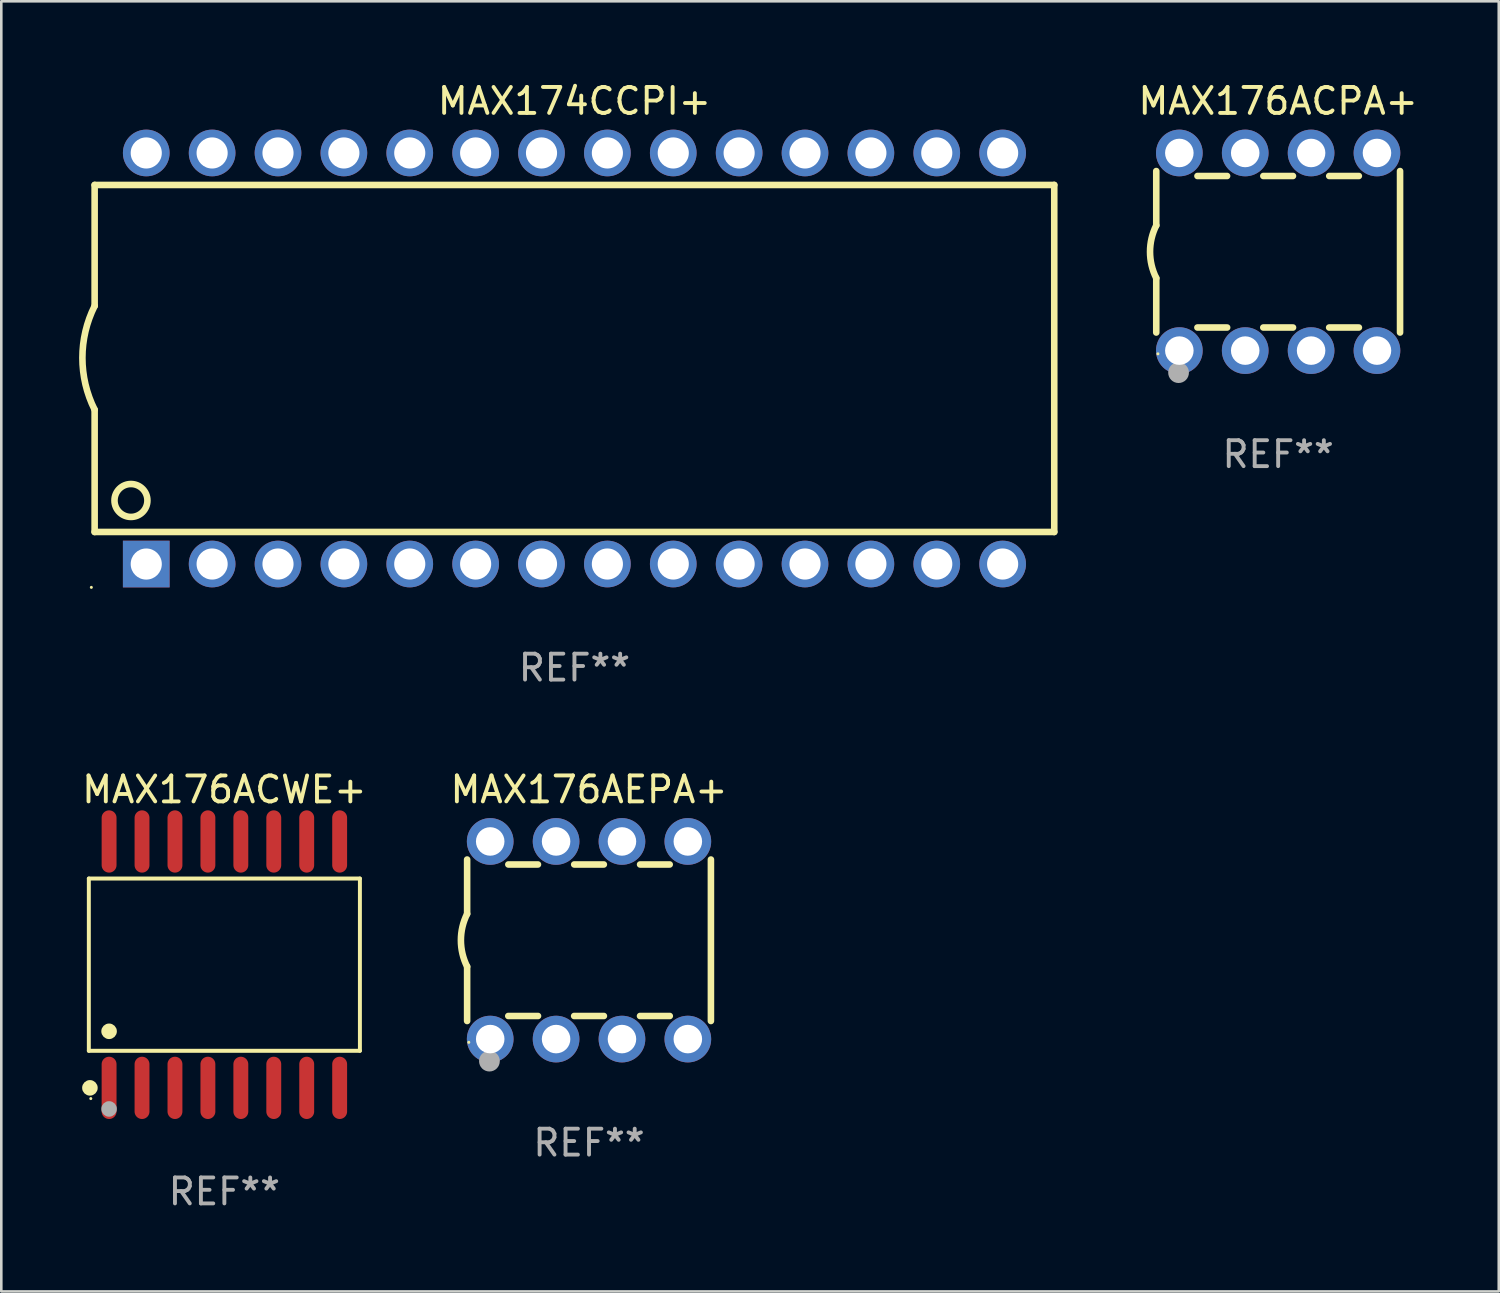
<source format=kicad_pcb>
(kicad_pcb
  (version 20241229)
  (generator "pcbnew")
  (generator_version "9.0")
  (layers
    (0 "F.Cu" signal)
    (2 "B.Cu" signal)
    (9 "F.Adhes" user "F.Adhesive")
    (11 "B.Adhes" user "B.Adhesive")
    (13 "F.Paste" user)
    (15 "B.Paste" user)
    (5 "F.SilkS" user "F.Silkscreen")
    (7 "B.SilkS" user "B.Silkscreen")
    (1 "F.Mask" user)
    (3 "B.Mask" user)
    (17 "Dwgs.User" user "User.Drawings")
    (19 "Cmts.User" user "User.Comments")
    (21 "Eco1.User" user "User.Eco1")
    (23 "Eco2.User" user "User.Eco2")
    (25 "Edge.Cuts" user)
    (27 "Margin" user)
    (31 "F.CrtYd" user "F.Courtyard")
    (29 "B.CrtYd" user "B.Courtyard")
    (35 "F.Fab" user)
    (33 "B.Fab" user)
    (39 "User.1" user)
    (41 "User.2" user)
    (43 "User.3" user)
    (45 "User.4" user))
  (footprint "MAX176ACPA+"
    (layer "F.Cu")
    (at 46.232 6.658)
    (property "Reference" "MAX176ACPA+" (at 0 -5.81 0) (layer "F.SilkS") (effects (font (size 1 1) (thickness 0.15))))
    (attr through_hole)
    (fp_line (start -4.7 -1.017) (end -4.7 -3.113) (stroke (width 0.254) (type solid)) (layer "F.SilkS"))
    (fp_line (start -4.7 1.015) (end -4.7 3.113) (stroke (width 0.254) (type solid)) (layer "F.SilkS"))
    (fp_line (start -3.113 2.92) (end -1.967 2.92) (stroke (width 0.254) (type solid)) (layer "F.SilkS"))
    (fp_line (start -3.111 -2.922) (end -1.969 -2.922) (stroke (width 0.254) (type solid)) (layer "F.SilkS"))
    (fp_line (start -0.573 2.92) (end 0.573 2.92) (stroke (width 0.254) (type solid)) (layer "F.SilkS"))
    (fp_line (start -0.571 -2.922) (end 0.571 -2.922) (stroke (width 0.254) (type solid)) (layer "F.SilkS"))
    (fp_line (start 1.967 2.92) (end 3.113 2.92) (stroke (width 0.254) (type solid)) (layer "F.SilkS"))
    (fp_line (start 1.969 -2.922) (end 3.111 -2.922) (stroke (width 0.254) (type solid)) (layer "F.SilkS"))
    (fp_line (start 4.7 -3.113) (end 4.7 3.113) (stroke (width 0.254) (type solid)) (layer "F.SilkS"))
    (fp_arc (start -4.7 1.01524) (mid -4.939846 -0.000762) (end -4.7 -1.016764) (stroke (width 0.254001) (type solid)) (layer "F.SilkS"))
    (fp_circle (center -4.636 3.935) (end -4.606 3.935) (stroke (width 0.06) (type solid)) (fill no) (layer "F.SilkS"))
    (fp_circle (center -3.84 4.66) (end -3.64 4.66) (stroke (width 0.4) (type solid)) (fill no) (layer "F.Fab"))
    (fp_text user "REF**" (at 0 7.81 0) (layer "F.Fab") (effects (font (size 1 1) (thickness 0.15))))
    (pad "1" thru_hole circle (at -3.81 3.81) (size 1.8 1.8) (drill 1.1) (layers "*.Cu" "*.Mask"))
    (pad "2" thru_hole circle (at -1.27 3.81) (size 1.8 1.8) (drill 1.1) (layers "*.Cu" "*.Mask"))
    (pad "3" thru_hole circle (at 1.27 3.81) (size 1.8 1.8) (drill 1.1) (layers "*.Cu" "*.Mask"))
    (pad "4" thru_hole circle (at 3.81 3.81) (size 1.8 1.8) (drill 1.1) (layers "*.Cu" "*.Mask"))
    (pad "5" thru_hole circle (at 3.81 -3.81) (size 1.8 1.8) (drill 1.1) (layers "*.Cu" "*.Mask"))
    (pad "6" thru_hole circle (at 1.27 -3.81) (size 1.8 1.8) (drill 1.1) (layers "*.Cu" "*.Mask"))
    (pad "7" thru_hole circle (at -1.27 -3.81) (size 1.8 1.8) (drill 1.1) (layers "*.Cu" "*.Mask"))
    (pad "8" thru_hole circle (at -3.81 -3.81) (size 1.8 1.8) (drill 1.1) (layers "*.Cu" "*.Mask")))
  (footprint "MAX176AEPA+"
    (layer "F.Cu")
    (at 19.661 33.204)
    (property "Reference" "MAX176AEPA+" (at 0 -5.81 0) (layer "F.SilkS") (effects (font (size 1 1) (thickness 0.15))))
    (attr through_hole)
    (fp_line (start -4.7 -1.017) (end -4.7 -3.113) (stroke (width 0.254) (type solid)) (layer "F.SilkS"))
    (fp_line (start -4.7 1.015) (end -4.7 3.113) (stroke (width 0.254) (type solid)) (layer "F.SilkS"))
    (fp_line (start -3.113 2.92) (end -1.967 2.92) (stroke (width 0.254) (type solid)) (layer "F.SilkS"))
    (fp_line (start -3.111 -2.922) (end -1.969 -2.922) (stroke (width 0.254) (type solid)) (layer "F.SilkS"))
    (fp_line (start -0.573 2.92) (end 0.573 2.92) (stroke (width 0.254) (type solid)) (layer "F.SilkS"))
    (fp_line (start -0.571 -2.922) (end 0.571 -2.922) (stroke (width 0.254) (type solid)) (layer "F.SilkS"))
    (fp_line (start 1.967 2.92) (end 3.113 2.92) (stroke (width 0.254) (type solid)) (layer "F.SilkS"))
    (fp_line (start 1.969 -2.922) (end 3.111 -2.922) (stroke (width 0.254) (type solid)) (layer "F.SilkS"))
    (fp_line (start 4.7 -3.113) (end 4.7 3.113) (stroke (width 0.254) (type solid)) (layer "F.SilkS"))
    (fp_arc (start -4.7 1.01524) (mid -4.939846 -0.000762) (end -4.7 -1.016764) (stroke (width 0.254001) (type solid)) (layer "F.SilkS"))
    (fp_circle (center -4.636 3.935) (end -4.606 3.935) (stroke (width 0.06) (type solid)) (fill no) (layer "F.SilkS"))
    (fp_circle (center -3.84 4.66) (end -3.64 4.66) (stroke (width 0.4) (type solid)) (fill no) (layer "F.Fab"))
    (fp_text user "REF**" (at 0 7.81 0) (layer "F.Fab") (effects (font (size 1 1) (thickness 0.15))))
    (pad "1" thru_hole circle (at -3.81 3.81) (size 1.8 1.8) (drill 1.1) (layers "*.Cu" "*.Mask"))
    (pad "2" thru_hole circle (at -1.27 3.81) (size 1.8 1.8) (drill 1.1) (layers "*.Cu" "*.Mask"))
    (pad "3" thru_hole circle (at 1.27 3.81) (size 1.8 1.8) (drill 1.1) (layers "*.Cu" "*.Mask"))
    (pad "4" thru_hole circle (at 3.81 3.81) (size 1.8 1.8) (drill 1.1) (layers "*.Cu" "*.Mask"))
    (pad "5" thru_hole circle (at 3.81 -3.81) (size 1.8 1.8) (drill 1.1) (layers "*.Cu" "*.Mask"))
    (pad "6" thru_hole circle (at 1.27 -3.81) (size 1.8 1.8) (drill 1.1) (layers "*.Cu" "*.Mask"))
    (pad "7" thru_hole circle (at -1.27 -3.81) (size 1.8 1.8) (drill 1.1) (layers "*.Cu" "*.Mask"))
    (pad "8" thru_hole circle (at -3.81 -3.81) (size 1.8 1.8) (drill 1.1) (layers "*.Cu" "*.Mask")))
  (footprint "MAX174CCPI+"
    (layer "F.Cu")
    (at 19.099 10.773)
    (property "Reference" "MAX174CCPI+" (at 0 -9.925 0) (layer "F.SilkS") (effects (font (size 1 1) (thickness 0.15))))
    (attr through_hole)
    (fp_line (start -18.5 -6.692) (end -18.5 -2.026) (stroke (width 0.254) (type solid)) (layer "F.SilkS"))
    (fp_line (start -18.5 6.689) (end -18.5 1.974) (stroke (width 0.254) (type solid)) (layer "F.SilkS"))
    (fp_line (start -18.5 6.689) (end 18.5 6.689) (stroke (width 0.254) (type solid)) (layer "F.SilkS"))
    (fp_line (start 18.5 -6.692) (end -18.5 -6.692) (stroke (width 0.254) (type solid)) (layer "F.SilkS"))
    (fp_line (start 18.5 6.689) (end 18.5 -6.692) (stroke (width 0.254) (type solid)) (layer "F.SilkS"))
    (fp_arc (start -18.500051 1.974346) (mid -18.972187 -0.025654) (end -18.500051 -2.025654) (stroke (width 0.254001) (type solid)) (layer "F.SilkS"))
    (fp_circle (center -18.627 8.824) (end -18.597 8.824) (stroke (width 0.06) (type solid)) (fill no) (layer "F.SilkS"))
    (fp_circle (center -17.1 5.474) (end -16.465 5.474) (stroke (width 0.254) (type solid)) (fill no) (layer "F.SilkS"))
    (fp_text user "REF**" (at 0 11.925 0) (layer "F.Fab") (effects (font (size 1 1) (thickness 0.15))))
    (pad "1" thru_hole rect (at -16.51 7.925) (size 1.8 1.8) (drill 1.2) (layers "*.Cu" "*.Mask"))
    (pad "2" thru_hole circle (at -13.97 7.924) (size 1.8 1.8) (drill 1.2) (layers "*.Cu" "*.Mask"))
    (pad "3" thru_hole circle (at -11.43 7.924) (size 1.8 1.8) (drill 1.2) (layers "*.Cu" "*.Mask"))
    (pad "4" thru_hole circle (at -8.89 7.924) (size 1.8 1.8) (drill 1.2) (layers "*.Cu" "*.Mask"))
    (pad "5" thru_hole circle (at -6.35 7.924) (size 1.8 1.8) (drill 1.2) (layers "*.Cu" "*.Mask"))
    (pad "6" thru_hole circle (at -3.81 7.924) (size 1.8 1.8) (drill 1.2) (layers "*.Cu" "*.Mask"))
    (pad "7" thru_hole circle (at -1.27 7.924) (size 1.8 1.8) (drill 1.2) (layers "*.Cu" "*.Mask"))
    (pad "8" thru_hole circle (at 1.27 7.924) (size 1.8 1.8) (drill 1.2) (layers "*.Cu" "*.Mask"))
    (pad "9" thru_hole circle (at 3.81 7.924) (size 1.8 1.8) (drill 1.2) (layers "*.Cu" "*.Mask"))
    (pad "10" thru_hole circle (at 6.35 7.924) (size 1.8 1.8) (drill 1.2) (layers "*.Cu" "*.Mask"))
    (pad "11" thru_hole circle (at 8.89 7.924) (size 1.8 1.8) (drill 1.2) (layers "*.Cu" "*.Mask"))
    (pad "12" thru_hole circle (at 11.43 7.924) (size 1.8 1.8) (drill 1.2) (layers "*.Cu" "*.Mask"))
    (pad "13" thru_hole circle (at 13.97 7.924) (size 1.8 1.8) (drill 1.2) (layers "*.Cu" "*.Mask"))
    (pad "14" thru_hole circle (at 16.51 7.924) (size 1.8 1.8) (drill 1.2) (layers "*.Cu" "*.Mask"))
    (pad "15" thru_hole circle (at 16.51 -7.925) (size 1.8 1.8) (drill 1.2) (layers "*.Cu" "*.Mask"))
    (pad "16" thru_hole circle (at 13.97 -7.925) (size 1.8 1.8) (drill 1.2) (layers "*.Cu" "*.Mask"))
    (pad "17" thru_hole circle (at 11.43 -7.925) (size 1.8 1.8) (drill 1.2) (layers "*.Cu" "*.Mask"))
    (pad "18" thru_hole circle (at 8.89 -7.925) (size 1.8 1.8) (drill 1.2) (layers "*.Cu" "*.Mask"))
    (pad "19" thru_hole circle (at 6.35 -7.925) (size 1.8 1.8) (drill 1.2) (layers "*.Cu" "*.Mask"))
    (pad "20" thru_hole circle (at 3.81 -7.925) (size 1.8 1.8) (drill 1.2) (layers "*.Cu" "*.Mask"))
    (pad "21" thru_hole circle (at 1.27 -7.925) (size 1.8 1.8) (drill 1.2) (layers "*.Cu" "*.Mask"))
    (pad "22" thru_hole circle (at -1.27 -7.925) (size 1.8 1.8) (drill 1.2) (layers "*.Cu" "*.Mask"))
    (pad "23" thru_hole circle (at -3.81 -7.925) (size 1.8 1.8) (drill 1.2) (layers "*.Cu" "*.Mask"))
    (pad "24" thru_hole circle (at -6.35 -7.925) (size 1.8 1.8) (drill 1.2) (layers "*.Cu" "*.Mask"))
    (pad "25" thru_hole circle (at -8.89 -7.925) (size 1.8 1.8) (drill 1.2) (layers "*.Cu" "*.Mask"))
    (pad "26" thru_hole circle (at -11.43 -7.925) (size 1.8 1.8) (drill 1.2) (layers "*.Cu" "*.Mask"))
    (pad "27" thru_hole circle (at -13.97 -7.925) (size 1.8 1.8) (drill 1.2) (layers "*.Cu" "*.Mask"))
    (pad "28" thru_hole circle (at -16.51 -7.925) (size 1.8 1.8) (drill 1.2) (layers "*.Cu" "*.Mask")))
  (footprint "MAX176ACWE+"
    (layer "F.Cu")
    (at 5.601 34.145)
    (property "Reference" "MAX176ACWE+" (at 0 -6.75 0) (layer "F.SilkS") (effects (font (size 1 1) (thickness 0.15))))
    (attr through_hole)
    (fp_line (start -5.226 -3.321) (end 5.226 -3.321) (stroke (width 0.152) (type solid)) (layer "F.SilkS"))
    (fp_line (start -5.226 3.321) (end -5.226 -3.321) (stroke (width 0.152) (type solid)) (layer "F.SilkS"))
    (fp_line (start 5.226 -3.321) (end 5.226 3.321) (stroke (width 0.152) (type solid)) (layer "F.SilkS"))
    (fp_line (start 5.226 3.321) (end -5.226 3.321) (stroke (width 0.152) (type solid)) (layer "F.SilkS"))
    (fp_circle (center -5.184 4.75) (end -5.034 4.75) (stroke (width 0.3) (type solid)) (fill no) (layer "F.SilkS"))
    (fp_circle (center -5.15 5.163) (end -5.12 5.163) (stroke (width 0.06) (type solid)) (fill no) (layer "F.SilkS"))
    (fp_circle (center -4.445 2.569) (end -4.295 2.569) (stroke (width 0.3) (type solid)) (fill no) (layer "F.SilkS"))
    (fp_circle (center -4.445 5.563) (end -4.295 5.563) (stroke (width 0.3) (type solid)) (fill no) (layer "F.Fab"))
    (fp_text user "REF**" (at 0 8.75 0) (layer "F.Fab") (effects (font (size 1 1) (thickness 0.15))))
    (pad "1" smd oval (at -4.445 4.75) (size 0.574 2.401) (layers "F.Cu" "F.Mask" "F.Paste"))
    (pad "2" smd oval (at -3.175 4.75) (size 0.574 2.401) (layers "F.Cu" "F.Mask" "F.Paste"))
    (pad "3" smd oval (at -1.905 4.75) (size 0.574 2.401) (layers "F.Cu" "F.Mask" "F.Paste"))
    (pad "4" smd oval (at -0.635 4.75) (size 0.574 2.401) (layers "F.Cu" "F.Mask" "F.Paste"))
    (pad "5" smd oval (at 0.635 4.75) (size 0.574 2.401) (layers "F.Cu" "F.Mask" "F.Paste"))
    (pad "6" smd oval (at 1.905 4.75) (size 0.574 2.401) (layers "F.Cu" "F.Mask" "F.Paste"))
    (pad "7" smd oval (at 3.175 4.75) (size 0.574 2.401) (layers "F.Cu" "F.Mask" "F.Paste"))
    (pad "8" smd oval (at 4.445 4.75) (size 0.574 2.401) (layers "F.Cu" "F.Mask" "F.Paste"))
    (pad "9" smd oval (at 4.445 -4.75) (size 0.574 2.401) (layers "F.Cu" "F.Mask" "F.Paste"))
    (pad "10" smd oval (at 3.175 -4.75) (size 0.574 2.401) (layers "F.Cu" "F.Mask" "F.Paste"))
    (pad "11" smd oval (at 1.905 -4.75) (size 0.574 2.401) (layers "F.Cu" "F.Mask" "F.Paste"))
    (pad "12" smd oval (at 0.635 -4.75) (size 0.574 2.401) (layers "F.Cu" "F.Mask" "F.Paste"))
    (pad "13" smd oval (at -0.635 -4.75) (size 0.574 2.401) (layers "F.Cu" "F.Mask" "F.Paste"))
    (pad "14" smd oval (at -1.905 -4.75) (size 0.574 2.401) (layers "F.Cu" "F.Mask" "F.Paste"))
    (pad "15" smd oval (at -3.175 -4.75) (size 0.574 2.401) (layers "F.Cu" "F.Mask" "F.Paste"))
    (pad "16" smd oval (at -4.445 -4.75) (size 0.574 2.401) (layers "F.Cu" "F.Mask" "F.Paste")))
  (gr_rect
    (start -3 -3)
    (end 54.738 46.743)
    (stroke (width 0.1) (type default))
    (fill no)
    (layer "Edge.Cuts")))
</source>
